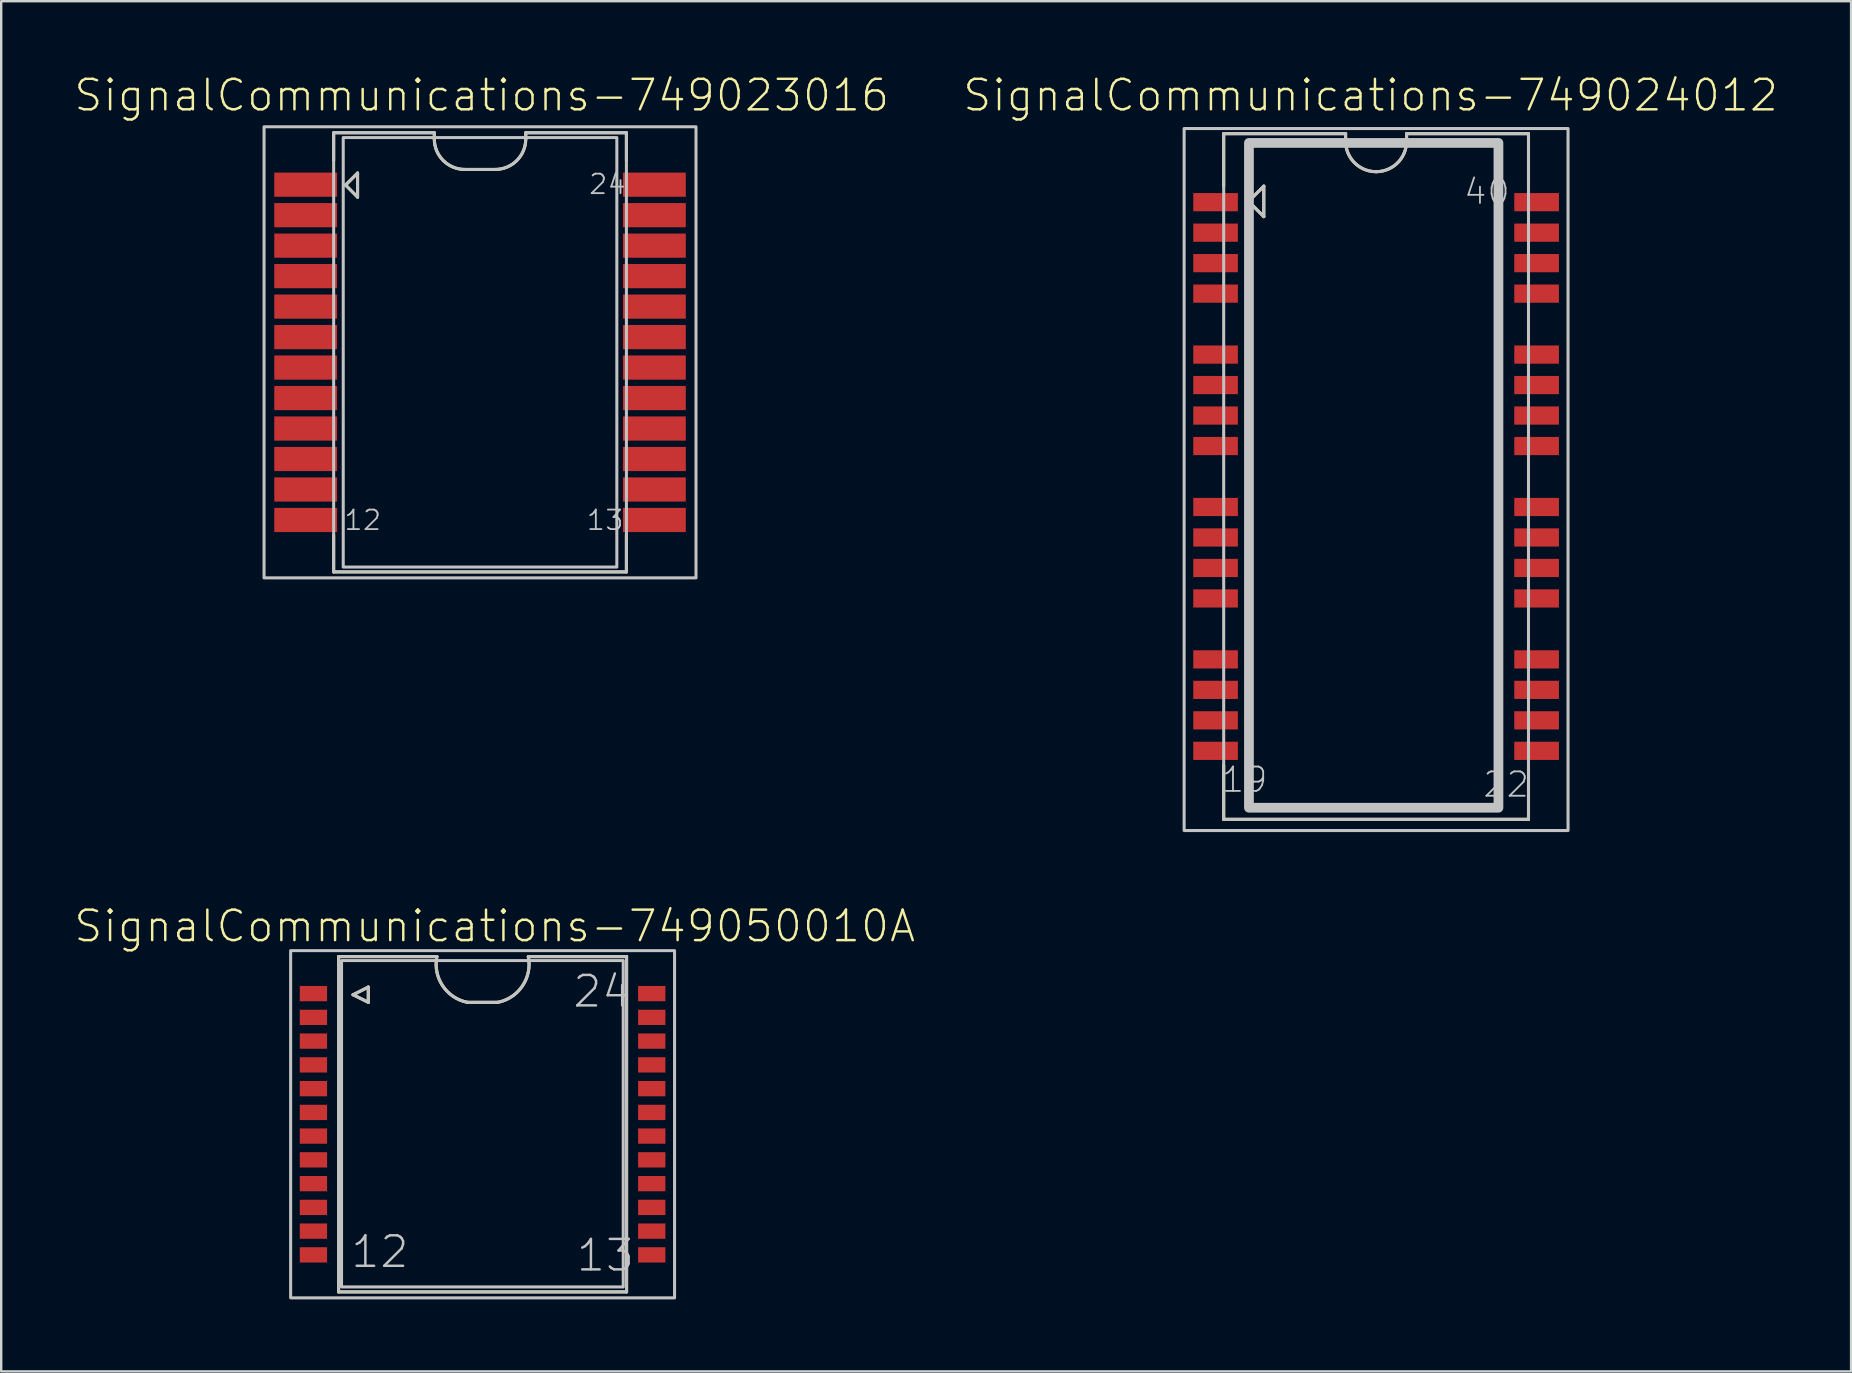
<source format=kicad_pcb>
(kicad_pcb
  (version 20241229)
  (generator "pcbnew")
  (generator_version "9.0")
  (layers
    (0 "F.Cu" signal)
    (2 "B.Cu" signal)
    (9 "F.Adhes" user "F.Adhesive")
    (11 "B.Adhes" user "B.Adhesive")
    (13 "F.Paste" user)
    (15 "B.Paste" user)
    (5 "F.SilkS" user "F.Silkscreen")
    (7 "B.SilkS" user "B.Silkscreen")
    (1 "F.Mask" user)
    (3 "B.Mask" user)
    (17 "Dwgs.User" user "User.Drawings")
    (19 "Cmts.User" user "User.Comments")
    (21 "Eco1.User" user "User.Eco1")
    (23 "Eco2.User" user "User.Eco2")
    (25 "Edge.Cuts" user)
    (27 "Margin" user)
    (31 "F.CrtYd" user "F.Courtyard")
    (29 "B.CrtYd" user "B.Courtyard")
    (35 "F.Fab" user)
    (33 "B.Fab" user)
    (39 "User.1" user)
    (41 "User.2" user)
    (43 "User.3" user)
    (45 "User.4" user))
  (footprint "SignalCommunications-749050010A"
    (layer "F.Cu")
    (at 17.058 43.793)
    (property "Reference" "SignalCommunications-749050010A" (at 0.505 -8.255 0) (layer "F.SilkS") (effects (font (size 1.27 1.27) (thickness 0.102))))
    (attr smd)
    (fp_line (start -5.999 -6.985) (end -5.999 6.985) (stroke (width 0.127) (type solid)) (layer "F.SilkS"))
    (fp_line (start -5.999 6.985) (end 5.999 6.985) (stroke (width 0.127) (type solid)) (layer "F.SilkS"))
    (fp_line (start -5.397 -5.397) (end -4.763 -5.715) (stroke (width 0.127) (type solid)) (layer "F.SilkS"))
    (fp_line (start -4.763 -5.715) (end -4.763 -5.08) (stroke (width 0.127) (type solid)) (layer "F.SilkS"))
    (fp_line (start -4.763 -5.08) (end -5.397 -5.397) (stroke (width 0.127) (type solid)) (layer "F.SilkS"))
    (fp_line (start -1.905 -6.985) (end -5.999 -6.985) (stroke (width 0.127) (type solid)) (layer "F.SilkS"))
    (fp_line (start 0.635 -5.08) (end -0.635 -5.08) (stroke (width 0.127) (type solid)) (layer "F.SilkS"))
    (fp_line (start 5.999 -6.985) (end 1.905 -6.985) (stroke (width 0.127) (type solid)) (layer "F.SilkS"))
    (fp_line (start 5.999 6.985) (end 5.999 -6.985) (stroke (width 0.127) (type solid)) (layer "F.SilkS"))
    (fp_arc (start -0.635 -5.08) (mid -1.664538 -5.769474) (end -1.905 -6.985) (stroke (width 0.127) (type solid)) (layer "F.SilkS"))
    (fp_arc (start 1.905 -6.985) (mid 1.664538 -5.769474) (end 0.635 -5.08) (stroke (width 0.127) (type solid)) (layer "F.SilkS"))
    (fp_line (start -5.999 -6.985) (end -5.999 6.985) (stroke (width 0.127) (type solid)) (layer "Dwgs.User"))
    (fp_line (start -5.999 6.985) (end 5.999 6.985) (stroke (width 0.127) (type solid)) (layer "Dwgs.User"))
    (fp_line (start -5.397 -5.397) (end -4.763 -5.715) (stroke (width 0.127) (type solid)) (layer "Dwgs.User"))
    (fp_line (start -4.763 -5.715) (end -4.763 -5.08) (stroke (width 0.127) (type solid)) (layer "Dwgs.User"))
    (fp_line (start -4.763 -5.08) (end -5.397 -5.397) (stroke (width 0.127) (type solid)) (layer "Dwgs.User"))
    (fp_line (start -1.905 -6.985) (end -5.999 -6.985) (stroke (width 0.127) (type solid)) (layer "Dwgs.User"))
    (fp_line (start 0.635 -5.08) (end -0.635 -5.08) (stroke (width 0.127) (type solid)) (layer "Dwgs.User"))
    (fp_line (start 5.999 -6.985) (end 1.905 -6.985) (stroke (width 0.127) (type solid)) (layer "Dwgs.User"))
    (fp_line (start 5.999 6.985) (end 5.999 -6.985) (stroke (width 0.127) (type solid)) (layer "Dwgs.User"))
    (fp_arc (start -0.635 -5.08) (mid -1.664538 -5.769474) (end -1.905 -6.985) (stroke (width 0.127) (type solid)) (layer "Dwgs.User"))
    (fp_arc (start 1.905 -6.985) (mid 1.664538 -5.769474) (end 0.635 -5.08) (stroke (width 0.127) (type solid)) (layer "Dwgs.User"))
    (fp_poly (pts (xy 5.86 -6.82) (xy 5.86 6.779) (xy -5.878 6.779) (xy -5.878 -6.82) (xy 5.86 -6.82)) (stroke (width 0.127) (type solid)) (fill no) (layer "Dwgs.User"))
    (fp_poly (pts (xy 7.998 -7.234) (xy 7.998 7.234) (xy -7.998 7.234) (xy -7.998 -7.234) (xy 7.998 -7.234)) (stroke (width 0.127) (type solid)) (fill no) (layer "Dwgs.User"))
    (fp_text user "24" (at 4.968 -5.535 0) (layer "Dwgs.User") (effects (font (size 1.27 1.27) (thickness 0.102))))
    (fp_text user "12" (at -4.28 5.314 0) (layer "Dwgs.User") (effects (font (size 1.27 1.27) (thickness 0.102))))
    (fp_text user "13" (at 5.118 5.464 0) (layer "Dwgs.User") (effects (font (size 1.27 1.27) (thickness 0.102))))
    (pad "1" smd rect (at -7.048 -5.443 90) (size 0.638 1.138) (layers "F.Cu" "F.Mask" "F.Paste"))
    (pad "2" smd rect (at -7.048 -4.453 90) (size 0.638 1.138) (layers "F.Cu" "F.Mask" "F.Paste"))
    (pad "3" smd rect (at -7.048 -3.465 90) (size 0.638 1.138) (layers "F.Cu" "F.Mask" "F.Paste"))
    (pad "4" smd rect (at -7.048 -2.474 90) (size 0.638 1.138) (layers "F.Cu" "F.Mask" "F.Paste"))
    (pad "5" smd rect (at -7.048 -1.483 90) (size 0.638 1.138) (layers "F.Cu" "F.Mask" "F.Paste"))
    (pad "6" smd rect (at -7.048 -0.493 90) (size 0.638 1.138) (layers "F.Cu" "F.Mask" "F.Paste"))
    (pad "7" smd rect (at -7.048 0.493 90) (size 0.638 1.138) (layers "F.Cu" "F.Mask" "F.Paste"))
    (pad "8" smd rect (at -7.048 1.483 90) (size 0.638 1.138) (layers "F.Cu" "F.Mask" "F.Paste"))
    (pad "9" smd rect (at -7.048 2.474 90) (size 0.638 1.138) (layers "F.Cu" "F.Mask" "F.Paste"))
    (pad "10" smd rect (at -7.048 3.465 90) (size 0.638 1.138) (layers "F.Cu" "F.Mask" "F.Paste"))
    (pad "11" smd rect (at -7.048 4.453 90) (size 0.638 1.138) (layers "F.Cu" "F.Mask" "F.Paste"))
    (pad "12" smd rect (at -7.048 5.443 90) (size 0.638 1.138) (layers "F.Cu" "F.Mask" "F.Paste"))
    (pad "13" smd rect (at 7.048 5.443 270) (size 0.638 1.138) (layers "F.Cu" "F.Mask" "F.Paste"))
    (pad "14" smd rect (at 7.048 4.453 270) (size 0.638 1.138) (layers "F.Cu" "F.Mask" "F.Paste"))
    (pad "15" smd rect (at 7.048 3.465 270) (size 0.638 1.138) (layers "F.Cu" "F.Mask" "F.Paste"))
    (pad "16" smd rect (at 7.048 2.474 270) (size 0.638 1.138) (layers "F.Cu" "F.Mask" "F.Paste"))
    (pad "17" smd rect (at 7.048 1.483 270) (size 0.638 1.138) (layers "F.Cu" "F.Mask" "F.Paste"))
    (pad "18" smd rect (at 7.048 0.493 270) (size 0.638 1.138) (layers "F.Cu" "F.Mask" "F.Paste"))
    (pad "19" smd rect (at 7.048 -0.493 270) (size 0.638 1.138) (layers "F.Cu" "F.Mask" "F.Paste"))
    (pad "20" smd rect (at 7.048 -1.483 270) (size 0.638 1.138) (layers "F.Cu" "F.Mask" "F.Paste"))
    (pad "21" smd rect (at 7.048 -2.474 270) (size 0.638 1.138) (layers "F.Cu" "F.Mask" "F.Paste"))
    (pad "22" smd rect (at 7.048 -3.465 90) (size 0.638 1.138) (layers "F.Cu" "F.Mask" "F.Paste"))
    (pad "23" smd rect (at 7.048 -4.453 270) (size 0.638 1.138) (layers "F.Cu" "F.Mask" "F.Paste"))
    (pad "24" smd rect (at 7.048 -5.443 270) (size 0.638 1.138) (layers "F.Cu" "F.Mask" "F.Paste")))
  (footprint "SignalCommunications-749023016"
    (layer "F.Cu")
    (at 16.951 11.63)
    (property "Reference" "SignalCommunications-749023016" (at 0.069 -10.709 0) (layer "F.SilkS") (effects (font (size 1.27 1.27) (thickness 0.102))))
    (attr smd)
    (fp_line (start -6.099 -9.149) (end -6.099 -7.993) (stroke (width 0.127) (type solid)) (layer "F.SilkS"))
    (fp_line (start -6.099 -9.149) (end -1.905 -9.149) (stroke (width 0.127) (type solid)) (layer "F.SilkS"))
    (fp_line (start -6.099 9.149) (end -6.099 7.62) (stroke (width 0.127) (type solid)) (layer "F.SilkS"))
    (fp_line (start -6.099 9.149) (end 6.099 9.149) (stroke (width 0.127) (type solid)) (layer "F.SilkS"))
    (fp_line (start -5.603 -6.97) (end -5.103 -6.469) (stroke (width 0.127) (type solid)) (layer "F.SilkS"))
    (fp_line (start -5.103 -7.468) (end -5.603 -6.97) (stroke (width 0.127) (type solid)) (layer "F.SilkS"))
    (fp_line (start -5.103 -6.469) (end -5.103 -7.468) (stroke (width 0.127) (type solid)) (layer "F.SilkS"))
    (fp_line (start -1.905 -9.149) (end -1.905 -8.89) (stroke (width 0.127) (type solid)) (layer "F.SilkS"))
    (fp_line (start -0.635 -7.62) (end 0.635 -7.62) (stroke (width 0.127) (type solid)) (layer "F.SilkS"))
    (fp_line (start 1.905 -9.149) (end 6.099 -9.149) (stroke (width 0.127) (type solid)) (layer "F.SilkS"))
    (fp_line (start 1.905 -8.89) (end 1.905 -9.149) (stroke (width 0.127) (type solid)) (layer "F.SilkS"))
    (fp_line (start 6.099 -7.993) (end 6.099 -9.149) (stroke (width 0.127) (type solid)) (layer "F.SilkS"))
    (fp_line (start 6.099 9.149) (end 6.099 7.62) (stroke (width 0.127) (type solid)) (layer "F.SilkS"))
    (fp_arc (start -0.635 -7.62) (mid -1.533026 -7.991974) (end -1.905 -8.89) (stroke (width 0.127) (type solid)) (layer "F.SilkS"))
    (fp_arc (start 1.905 -8.89) (mid 1.533026 -7.991974) (end 0.635 -7.62) (stroke (width 0.127) (type solid)) (layer "F.SilkS"))
    (fp_line (start -6.099 -9.149) (end -6.099 9.149) (stroke (width 0.127) (type solid)) (layer "Dwgs.User"))
    (fp_line (start -6.099 -9.149) (end -1.905 -9.149) (stroke (width 0.127) (type solid)) (layer "Dwgs.User"))
    (fp_line (start -6.099 9.149) (end 6.099 9.149) (stroke (width 0.127) (type solid)) (layer "Dwgs.User"))
    (fp_line (start -5.603 -6.97) (end -5.103 -6.469) (stroke (width 0.127) (type solid)) (layer "Dwgs.User"))
    (fp_line (start -5.103 -7.468) (end -5.603 -6.97) (stroke (width 0.127) (type solid)) (layer "Dwgs.User"))
    (fp_line (start -5.103 -6.469) (end -5.103 -7.468) (stroke (width 0.127) (type solid)) (layer "Dwgs.User"))
    (fp_line (start -1.905 -9.149) (end -1.905 -8.89) (stroke (width 0.127) (type solid)) (layer "Dwgs.User"))
    (fp_line (start -0.635 -7.62) (end 0.635 -7.62) (stroke (width 0.127) (type solid)) (layer "Dwgs.User"))
    (fp_line (start 1.905 -9.149) (end 6.099 -9.149) (stroke (width 0.127) (type solid)) (layer "Dwgs.User"))
    (fp_line (start 1.905 -8.89) (end 1.905 -9.149) (stroke (width 0.127) (type solid)) (layer "Dwgs.User"))
    (fp_line (start 6.099 9.149) (end 6.099 -9.149) (stroke (width 0.127) (type solid)) (layer "Dwgs.User"))
    (fp_arc (start -0.635 -7.62) (mid -1.533026 -7.991974) (end -1.905 -8.89) (stroke (width 0.127) (type solid)) (layer "Dwgs.User"))
    (fp_arc (start 1.905 -8.89) (mid 1.533026 -7.991974) (end 0.635 -7.62) (stroke (width 0.127) (type solid)) (layer "Dwgs.User"))
    (fp_poly (pts (xy -8.999 -9.398) (xy 8.999 -9.398) (xy 8.999 9.398) (xy -8.999 9.398) (xy -8.999 -9.398)) (stroke (width 0.127) (type solid)) (fill no) (layer "Dwgs.User"))
    (fp_poly (pts (xy -5.7 -8.948) (xy 5.7 -8.948) (xy 5.7 8.948) (xy -5.7 8.948) (xy -5.7 -8.948)) (stroke (width 0.127) (type solid)) (fill no) (layer "Dwgs.User"))
    (fp_text user "12" (at -4.887 6.993 0) (layer "Dwgs.User") (effects (font (size 0.813 0.813) (thickness 0.076))))
    (fp_text user "13" (at 5.212 6.993 0) (layer "Dwgs.User") (effects (font (size 0.813 0.813) (thickness 0.076))))
    (fp_text user "24" (at 5.311 -7.005 0) (layer "Dwgs.User") (effects (font (size 0.813 0.813) (thickness 0.076))))
    (pad "1" smd rect (at -7.264 -6.985) (size 2.619 1.008) (layers "F.Cu" "F.Mask" "F.Paste"))
    (pad "2" smd rect (at -7.264 -5.715) (size 2.619 1.008) (layers "F.Cu" "F.Mask" "F.Paste"))
    (pad "3" smd rect (at -7.264 -4.445) (size 2.619 1.008) (layers "F.Cu" "F.Mask" "F.Paste"))
    (pad "4" smd rect (at -7.264 -3.175) (size 2.619 1.008) (layers "F.Cu" "F.Mask" "F.Paste"))
    (pad "5" smd rect (at -7.264 -1.905) (size 2.619 1.008) (layers "F.Cu" "F.Mask" "F.Paste"))
    (pad "6" smd rect (at -7.264 -0.635) (size 2.619 1.008) (layers "F.Cu" "F.Mask" "F.Paste"))
    (pad "7" smd rect (at -7.264 0.635) (size 2.619 1.008) (layers "F.Cu" "F.Mask" "F.Paste"))
    (pad "8" smd rect (at -7.264 1.905) (size 2.619 1.008) (layers "F.Cu" "F.Mask" "F.Paste"))
    (pad "9" smd rect (at -7.264 3.175) (size 2.619 1.008) (layers "F.Cu" "F.Mask" "F.Paste"))
    (pad "10" smd rect (at -7.264 4.445) (size 2.619 1.008) (layers "F.Cu" "F.Mask" "F.Paste"))
    (pad "11" smd rect (at -7.264 5.715) (size 2.619 1.008) (layers "F.Cu" "F.Mask" "F.Paste"))
    (pad "12" smd rect (at -7.264 6.985) (size 2.619 1.008) (layers "F.Cu" "F.Mask" "F.Paste"))
    (pad "13" smd rect (at 7.264 6.985) (size 2.619 1.008) (layers "F.Cu" "F.Mask" "F.Paste"))
    (pad "14" smd rect (at 7.264 5.715) (size 2.619 1.008) (layers "F.Cu" "F.Mask" "F.Paste"))
    (pad "15" smd rect (at 7.264 4.445) (size 2.619 1.008) (layers "F.Cu" "F.Mask" "F.Paste"))
    (pad "16" smd rect (at 7.264 3.175) (size 2.619 1.008) (layers "F.Cu" "F.Mask" "F.Paste"))
    (pad "17" smd rect (at 7.264 1.905) (size 2.619 1.008) (layers "F.Cu" "F.Mask" "F.Paste"))
    (pad "18" smd rect (at 7.264 0.635) (size 2.619 1.008) (layers "F.Cu" "F.Mask" "F.Paste"))
    (pad "19" smd rect (at 7.264 -0.635) (size 2.619 1.008) (layers "F.Cu" "F.Mask" "F.Paste"))
    (pad "20" smd rect (at 7.264 -1.905) (size 2.619 1.008) (layers "F.Cu" "F.Mask" "F.Paste"))
    (pad "21" smd rect (at 7.264 -3.175) (size 2.619 1.008) (layers "F.Cu" "F.Mask" "F.Paste"))
    (pad "22" smd rect (at 7.264 -4.445) (size 2.619 1.008) (layers "F.Cu" "F.Mask" "F.Paste"))
    (pad "23" smd rect (at 7.264 -5.715) (size 2.619 1.008) (layers "F.Cu" "F.Mask" "F.Paste"))
    (pad "24" smd rect (at 7.264 -6.985) (size 2.619 1.008) (layers "F.Cu" "F.Mask" "F.Paste")))
  (footprint "SignalCommunications-749024012"
    (layer "F.Cu")
    (at 54.286 16.804)
    (property "Reference" "SignalCommunications-749024012" (at -0.229 -15.883 0) (layer "F.SilkS") (effects (font (size 1.27 1.27) (thickness 0.102))))
    (attr smd)
    (fp_line (start -6.35 -14.285) (end -6.35 -12.098) (stroke (width 0.127) (type solid)) (layer "F.SilkS"))
    (fp_line (start -6.35 -14.285) (end -1.27 -14.285) (stroke (width 0.127) (type solid)) (layer "F.SilkS"))
    (fp_line (start -6.35 14.285) (end -6.35 12.029) (stroke (width 0.127) (type solid)) (layer "F.SilkS"))
    (fp_line (start -5.314 -11.463) (end -4.679 -10.828) (stroke (width 0.127) (type solid)) (layer "F.SilkS"))
    (fp_line (start -4.679 -12.098) (end -5.314 -11.463) (stroke (width 0.127) (type solid)) (layer "F.SilkS"))
    (fp_line (start -4.679 -10.828) (end -4.679 -12.098) (stroke (width 0.127) (type solid)) (layer "F.SilkS"))
    (fp_line (start -1.27 -14.285) (end -1.27 -13.97) (stroke (width 0.127) (type solid)) (layer "F.SilkS"))
    (fp_line (start 1.27 -14.285) (end 6.35 -14.285) (stroke (width 0.127) (type solid)) (layer "F.SilkS"))
    (fp_line (start 1.27 -13.97) (end 1.27 -14.285) (stroke (width 0.127) (type solid)) (layer "F.SilkS"))
    (fp_line (start 6.35 -14.285) (end 6.35 -12.098) (stroke (width 0.127) (type solid)) (layer "F.SilkS"))
    (fp_line (start 6.35 14.285) (end -6.35 14.285) (stroke (width 0.127) (type solid)) (layer "F.SilkS"))
    (fp_line (start 6.35 14.285) (end 6.35 12.129) (stroke (width 0.127) (type solid)) (layer "F.SilkS"))
    (fp_arc (start 0 -12.7) (mid -0.898026 -13.071974) (end -1.27 -13.97) (stroke (width 0.127) (type solid)) (layer "F.SilkS"))
    (fp_arc (start 1.27 -13.97) (mid 0.898026 -13.071974) (end 0 -12.7) (stroke (width 0.127) (type solid)) (layer "F.SilkS"))
    (fp_line (start -6.35 -14.285) (end -6.35 14.285) (stroke (width 0.127) (type solid)) (layer "Dwgs.User"))
    (fp_line (start -6.35 14.285) (end 6.35 14.285) (stroke (width 0.127) (type solid)) (layer "Dwgs.User"))
    (fp_line (start -5.314 -11.463) (end -4.679 -10.828) (stroke (width 0.127) (type solid)) (layer "Dwgs.User"))
    (fp_line (start -4.679 -12.098) (end -5.314 -11.463) (stroke (width 0.127) (type solid)) (layer "Dwgs.User"))
    (fp_line (start -4.679 -10.828) (end -4.679 -12.098) (stroke (width 0.127) (type solid)) (layer "Dwgs.User"))
    (fp_line (start -1.27 -14.285) (end -6.35 -14.285) (stroke (width 0.127) (type solid)) (layer "Dwgs.User"))
    (fp_line (start -1.27 -13.97) (end -1.27 -14.285) (stroke (width 0.127) (type solid)) (layer "Dwgs.User"))
    (fp_line (start 1.27 -14.285) (end 1.27 -13.97) (stroke (width 0.127) (type solid)) (layer "Dwgs.User"))
    (fp_line (start 6.35 -14.285) (end 1.27 -14.285) (stroke (width 0.127) (type solid)) (layer "Dwgs.User"))
    (fp_line (start 6.35 14.285) (end 6.35 -14.285) (stroke (width 0.127) (type solid)) (layer "Dwgs.User"))
    (fp_arc (start 0 -12.7) (mid -0.898026 -13.071974) (end -1.27 -13.97) (stroke (width 0.127) (type solid)) (layer "Dwgs.User"))
    (fp_arc (start 1.27 -13.97) (mid 0.898026 -13.071974) (end 0 -12.7) (stroke (width 0.127) (type solid)) (layer "Dwgs.User"))
    (fp_poly (pts (xy -7.998 -14.498) (xy 7.998 -14.498) (xy 7.998 14.75) (xy -7.998 14.75) (xy -7.998 -14.498)) (stroke (width 0.127) (type solid)) (fill no) (layer "Dwgs.User"))
    (fp_poly (pts (xy -5.298 -13.899) (xy 5.098 -13.899) (xy 5.098 13.8) (xy -5.298 13.8) (xy -5.298 -13.899)) (stroke (width 0.406) (type solid)) (fill no) (layer "Dwgs.User"))
    (fp_text user "40" (at 4.618 -11.864 0) (layer "Dwgs.User") (effects (font (size 1.016 1.016) (thickness 0.076))))
    (fp_text user "22" (at 5.418 12.835 0) (layer "Dwgs.User") (effects (font (size 1.016 1.016) (thickness 0.076))))
    (fp_text user "19" (at -5.479 12.634 0) (layer "Dwgs.User") (effects (font (size 1.016 1.016) (thickness 0.076))))
    (pad "1" smd rect (at -6.688 -11.43) (size 1.859 0.759) (layers "F.Cu" "F.Mask" "F.Paste"))
    (pad "2" smd rect (at -6.688 -10.16) (size 1.859 0.759) (layers "F.Cu" "F.Mask" "F.Paste"))
    (pad "3" smd rect (at -6.688 -8.89) (size 1.859 0.759) (layers "F.Cu" "F.Mask" "F.Paste"))
    (pad "4" smd rect (at -6.688 -7.62) (size 1.859 0.759) (layers "F.Cu" "F.Mask" "F.Paste"))
    (pad "6" smd rect (at -6.688 -5.08) (size 1.859 0.759) (layers "F.Cu" "F.Mask" "F.Paste"))
    (pad "7" smd rect (at -6.688 -3.81) (size 1.859 0.759) (layers "F.Cu" "F.Mask" "F.Paste"))
    (pad "8" smd rect (at -6.688 -2.54) (size 1.859 0.759) (layers "F.Cu" "F.Mask" "F.Paste"))
    (pad "9" smd rect (at -6.688 -1.27) (size 1.859 0.759) (layers "F.Cu" "F.Mask" "F.Paste"))
    (pad "11" smd rect (at -6.688 1.27) (size 1.859 0.759) (layers "F.Cu" "F.Mask" "F.Paste"))
    (pad "12" smd rect (at -6.688 2.54) (size 1.859 0.759) (layers "F.Cu" "F.Mask" "F.Paste"))
    (pad "13" smd rect (at -6.688 3.81) (size 1.859 0.759) (layers "F.Cu" "F.Mask" "F.Paste"))
    (pad "14" smd rect (at -6.688 5.08) (size 1.859 0.759) (layers "F.Cu" "F.Mask" "F.Paste"))
    (pad "16" smd rect (at -6.688 7.62) (size 1.859 0.759) (layers "F.Cu" "F.Mask" "F.Paste"))
    (pad "17" smd rect (at -6.688 8.89) (size 1.859 0.759) (layers "F.Cu" "F.Mask" "F.Paste"))
    (pad "18" smd rect (at -6.688 10.16) (size 1.859 0.759) (layers "F.Cu" "F.Mask" "F.Paste"))
    (pad "19" smd rect (at -6.688 11.43) (size 1.859 0.759) (layers "F.Cu" "F.Mask" "F.Paste"))
    (pad "22" smd rect (at 6.688 11.43) (size 1.859 0.759) (layers "F.Cu" "F.Mask" "F.Paste"))
    (pad "23" smd rect (at 6.688 10.16) (size 1.859 0.759) (layers "F.Cu" "F.Mask" "F.Paste"))
    (pad "24" smd rect (at 6.688 8.89) (size 1.859 0.759) (layers "F.Cu" "F.Mask" "F.Paste"))
    (pad "25" smd rect (at 6.688 7.62) (size 1.859 0.759) (layers "F.Cu" "F.Mask" "F.Paste"))
    (pad "27" smd rect (at 6.688 5.08) (size 1.859 0.759) (layers "F.Cu" "F.Mask" "F.Paste"))
    (pad "28" smd rect (at 6.688 3.81) (size 1.859 0.759) (layers "F.Cu" "F.Mask" "F.Paste"))
    (pad "29" smd rect (at 6.688 2.54) (size 1.859 0.759) (layers "F.Cu" "F.Mask" "F.Paste"))
    (pad "30" smd rect (at 6.688 1.27) (size 1.859 0.759) (layers "F.Cu" "F.Mask" "F.Paste"))
    (pad "32" smd rect (at 6.688 -1.27) (size 1.859 0.759) (layers "F.Cu" "F.Mask" "F.Paste"))
    (pad "33" smd rect (at 6.688 -2.54) (size 1.859 0.759) (layers "F.Cu" "F.Mask" "F.Paste"))
    (pad "34" smd rect (at 6.688 -3.81) (size 1.859 0.759) (layers "F.Cu" "F.Mask" "F.Paste"))
    (pad "35" smd rect (at 6.688 -5.08) (size 1.859 0.759) (layers "F.Cu" "F.Mask" "F.Paste"))
    (pad "37" smd rect (at 6.688 -7.62) (size 1.859 0.759) (layers "F.Cu" "F.Mask" "F.Paste"))
    (pad "38" smd rect (at 6.688 -8.89) (size 1.859 0.759) (layers "F.Cu" "F.Mask" "F.Paste"))
    (pad "39" smd rect (at 6.688 -10.16) (size 1.859 0.759) (layers "F.Cu" "F.Mask" "F.Paste"))
    (pad "40" smd rect (at 6.688 -11.43) (size 1.859 0.759) (layers "F.Cu" "F.Mask" "F.Paste")))
  (gr_rect
    (start -3 -3)
    (end 74.077 54.091)
    (stroke (width 0.1) (type default))
    (fill no)
    (layer "Edge.Cuts")))
</source>
